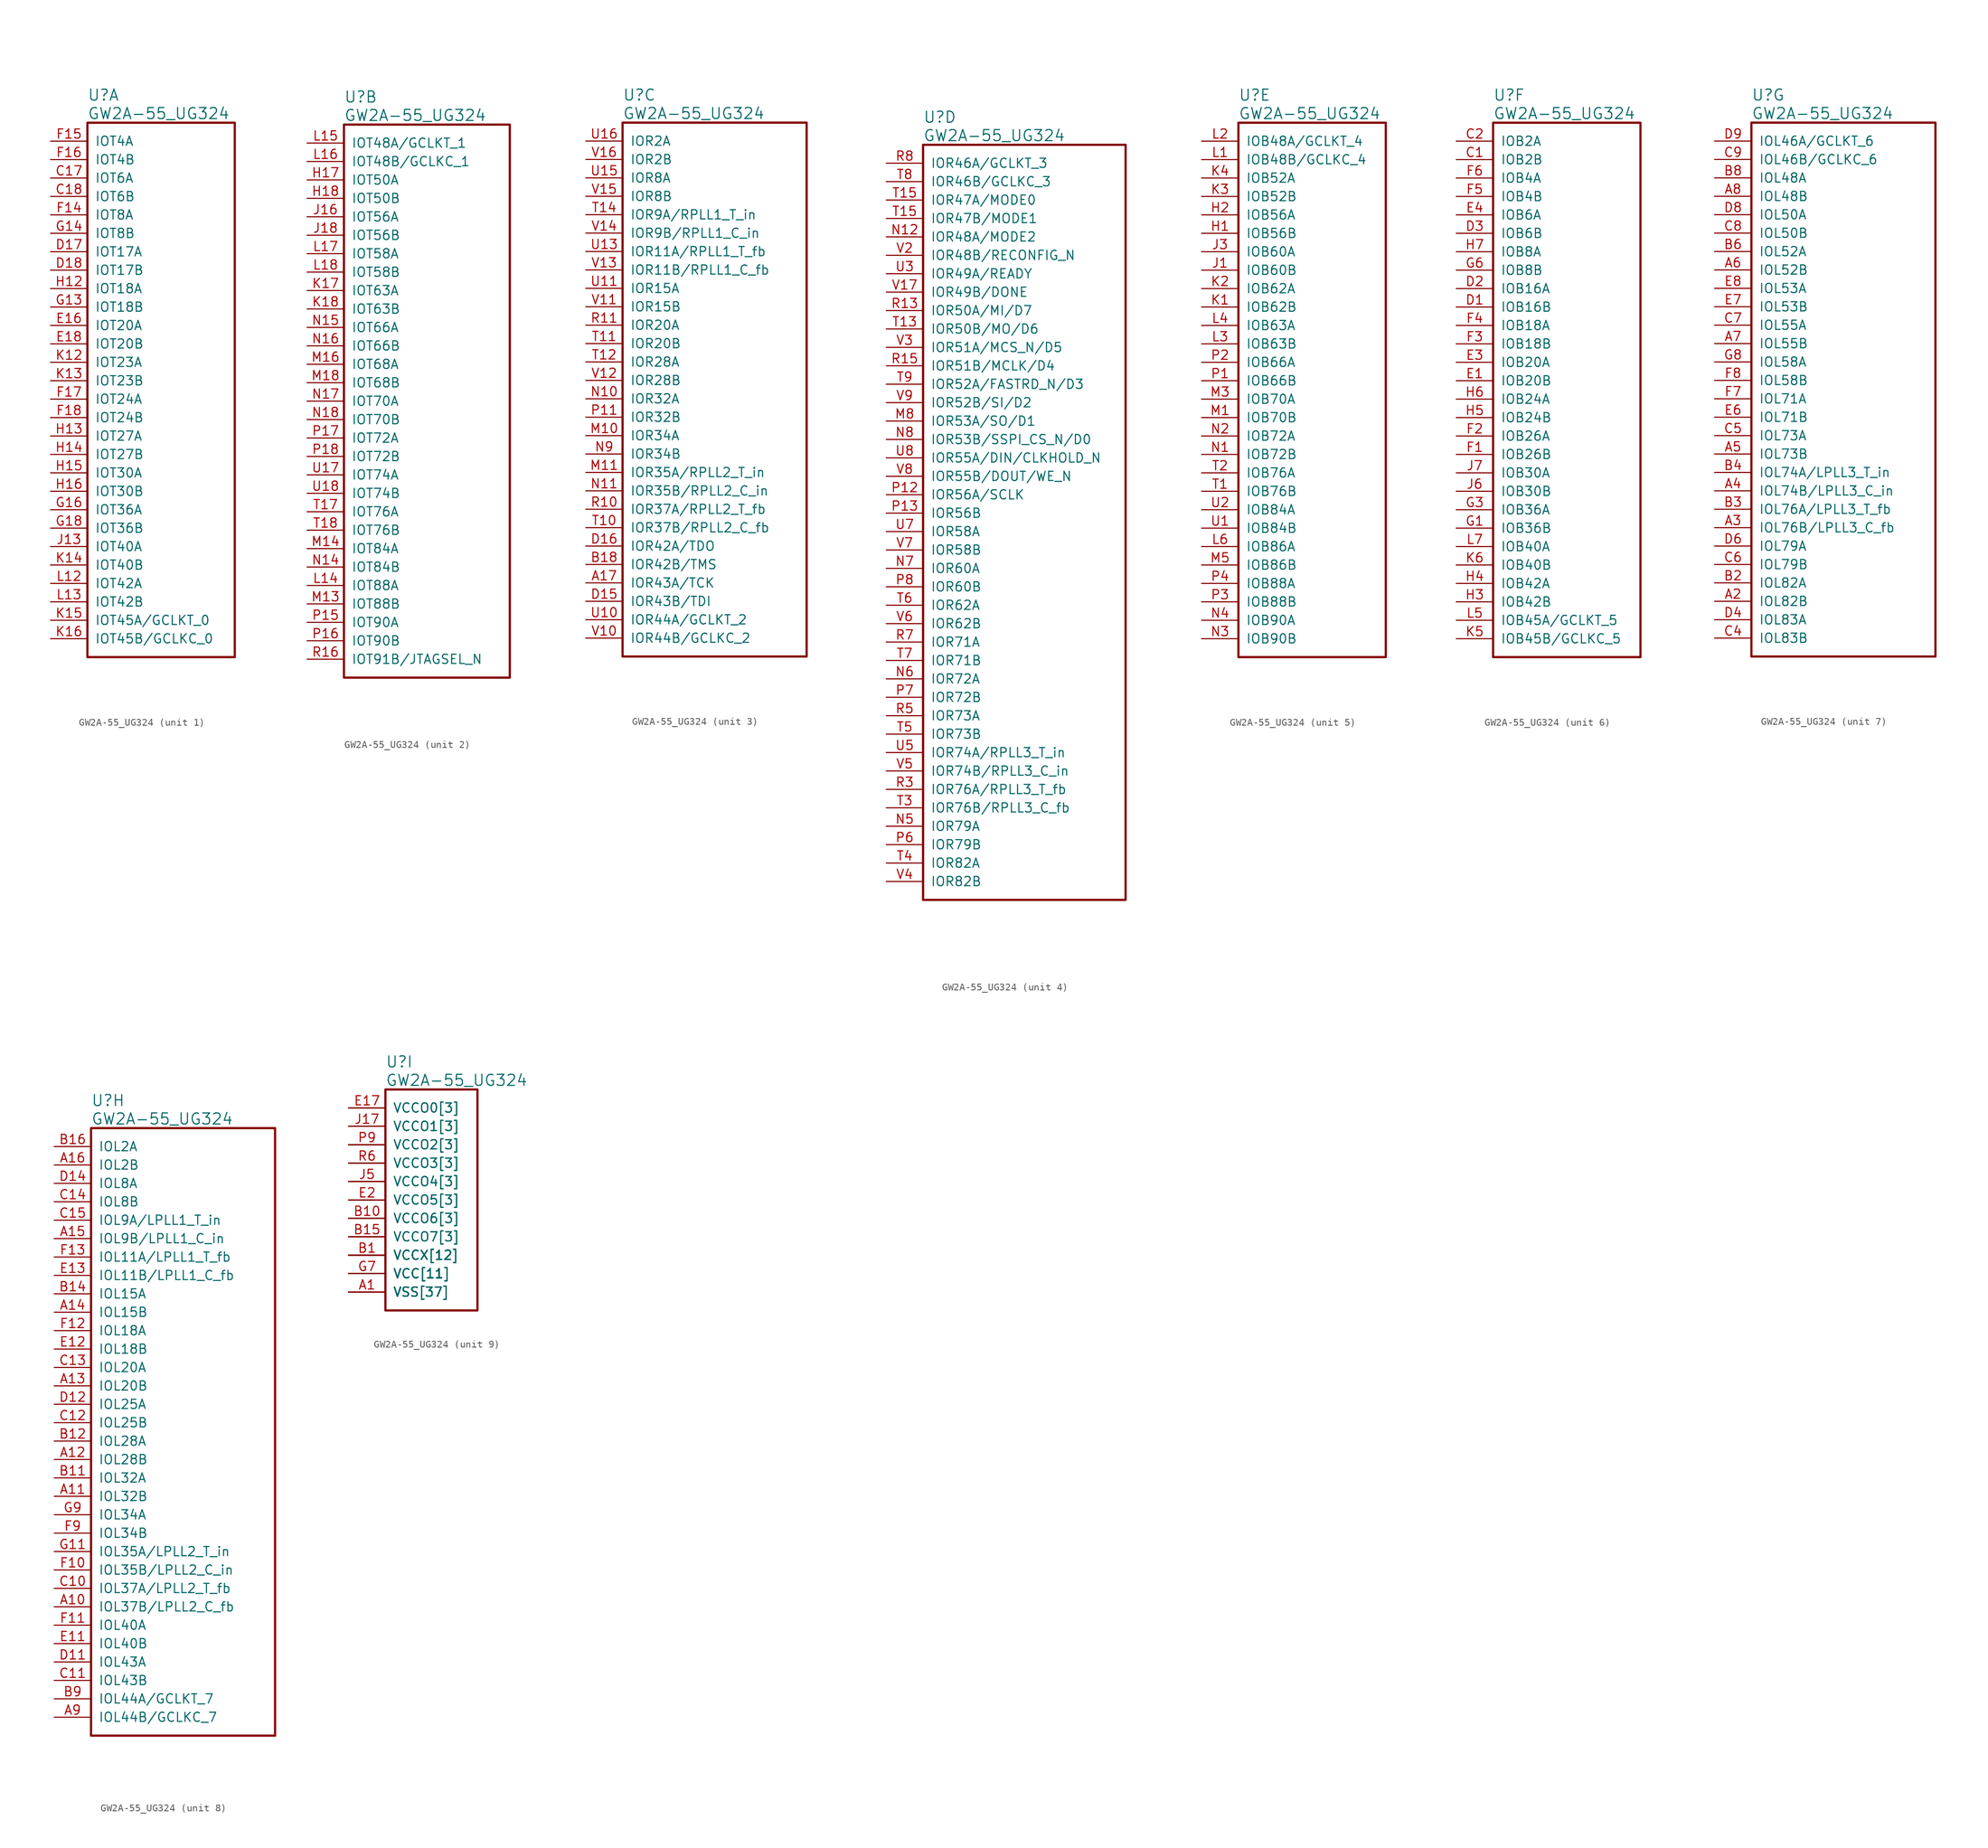
<source format=kicad_sym>
(kicad_symbol_lib
  (version 20241209)
  (generator "kicad_symbol_editor")
  (generator_version "9.0")
  (symbol "GW2A-55_UG324"
    (pin_names
      (offset 1.016))
    (property "Reference" "U"
      (at 5.08 6.35 0)
      (effects (font (size 1.524 1.524)) (justify left)))
    (property "Value" "GW2A-55_UG324"
      (at 5.08 3.81 0)
      (effects (font (size 1.524 1.524)) (justify left)))
    (property "ki_locked" ""
      (at 0 0 0)
      (effects (font (size 1.27 1.27))))
    (symbol "GW2A-55_UG324_1_1"
      (rectangle (start 5.08 2.54) (end 25.4 -71.12) (stroke (width 0.305) (type solid)) (fill (type none)))
      (pin bidirectional line (at 0 0 0) (length 5.08) (name "IOT4A" (effects (font (size 1.27 1.27)))) (number "F15" (effects (font (size 1.27 1.27)))))
      (pin bidirectional line (at 0 -2.54 0) (length 5.08) (name "IOT4B" (effects (font (size 1.27 1.27)))) (number "F16" (effects (font (size 1.27 1.27)))))
      (pin bidirectional line (at 0 -5.08 0) (length 5.08) (name "IOT6A" (effects (font (size 1.27 1.27)))) (number "C17" (effects (font (size 1.27 1.27)))))
      (pin bidirectional line (at 0 -7.62 0) (length 5.08) (name "IOT6B" (effects (font (size 1.27 1.27)))) (number "C18" (effects (font (size 1.27 1.27)))))
      (pin bidirectional line (at 0 -10.16 0) (length 5.08) (name "IOT8A" (effects (font (size 1.27 1.27)))) (number "F14" (effects (font (size 1.27 1.27)))))
      (pin bidirectional line (at 0 -12.7 0) (length 5.08) (name "IOT8B" (effects (font (size 1.27 1.27)))) (number "G14" (effects (font (size 1.27 1.27)))))
      (pin bidirectional line (at 0 -15.24 0) (length 5.08) (name "IOT17A" (effects (font (size 1.27 1.27)))) (number "D17" (effects (font (size 1.27 1.27)))))
      (pin bidirectional line (at 0 -17.78 0) (length 5.08) (name "IOT17B" (effects (font (size 1.27 1.27)))) (number "D18" (effects (font (size 1.27 1.27)))))
      (pin bidirectional line (at 0 -20.32 0) (length 5.08) (name "IOT18A" (effects (font (size 1.27 1.27)))) (number "H12" (effects (font (size 1.27 1.27)))))
      (pin bidirectional line (at 0 -22.86 0) (length 5.08) (name "IOT18B" (effects (font (size 1.27 1.27)))) (number "G13" (effects (font (size 1.27 1.27)))))
      (pin bidirectional line (at 0 -25.4 0) (length 5.08) (name "IOT20A" (effects (font (size 1.27 1.27)))) (number "E16" (effects (font (size 1.27 1.27)))))
      (pin bidirectional line (at 0 -27.94 0) (length 5.08) (name "IOT20B" (effects (font (size 1.27 1.27)))) (number "E18" (effects (font (size 1.27 1.27)))))
      (pin bidirectional line (at 0 -30.48 0) (length 5.08) (name "IOT23A" (effects (font (size 1.27 1.27)))) (number "K12" (effects (font (size 1.27 1.27)))))
      (pin bidirectional line (at 0 -33.02 0) (length 5.08) (name "IOT23B" (effects (font (size 1.27 1.27)))) (number "K13" (effects (font (size 1.27 1.27)))))
      (pin bidirectional line (at 0 -35.56 0) (length 5.08) (name "IOT24A" (effects (font (size 1.27 1.27)))) (number "F17" (effects (font (size 1.27 1.27)))))
      (pin bidirectional line (at 0 -38.1 0) (length 5.08) (name "IOT24B" (effects (font (size 1.27 1.27)))) (number "F18" (effects (font (size 1.27 1.27)))))
      (pin bidirectional line (at 0 -40.64 0) (length 5.08) (name "IOT27A" (effects (font (size 1.27 1.27)))) (number "H13" (effects (font (size 1.27 1.27)))))
      (pin bidirectional line (at 0 -43.18 0) (length 5.08) (name "IOT27B" (effects (font (size 1.27 1.27)))) (number "H14" (effects (font (size 1.27 1.27)))))
      (pin bidirectional line (at 0 -45.72 0) (length 5.08) (name "IOT30A" (effects (font (size 1.27 1.27)))) (number "H15" (effects (font (size 1.27 1.27)))))
      (pin bidirectional line (at 0 -48.26 0) (length 5.08) (name "IOT30B" (effects (font (size 1.27 1.27)))) (number "H16" (effects (font (size 1.27 1.27)))))
      (pin bidirectional line (at 0 -50.8 0) (length 5.08) (name "IOT36A" (effects (font (size 1.27 1.27)))) (number "G16" (effects (font (size 1.27 1.27)))))
      (pin bidirectional line (at 0 -53.34 0) (length 5.08) (name "IOT36B" (effects (font (size 1.27 1.27)))) (number "G18" (effects (font (size 1.27 1.27)))))
      (pin bidirectional line (at 0 -55.88 0) (length 5.08) (name "IOT40A" (effects (font (size 1.27 1.27)))) (number "J13" (effects (font (size 1.27 1.27)))))
      (pin bidirectional line (at 0 -58.42 0) (length 5.08) (name "IOT40B" (effects (font (size 1.27 1.27)))) (number "K14" (effects (font (size 1.27 1.27)))))
      (pin bidirectional line (at 0 -60.96 0) (length 5.08) (name "IOT42A" (effects (font (size 1.27 1.27)))) (number "L12" (effects (font (size 1.27 1.27)))))
      (pin bidirectional line (at 0 -63.5 0) (length 5.08) (name "IOT42B" (effects (font (size 1.27 1.27)))) (number "L13" (effects (font (size 1.27 1.27)))))
      (pin bidirectional line (at 0 -66.04 0) (length 5.08) (name "IOT45A/GCLKT_0" (effects (font (size 1.27 1.27)))) (number "K15" (effects (font (size 1.27 1.27)))))
      (pin bidirectional line (at 0 -68.58 0) (length 5.08) (name "IOT45B/GCLKC_0" (effects (font (size 1.27 1.27)))) (number "K16" (effects (font (size 1.27 1.27))))))
    (symbol "GW2A-55_UG324_2_1"
      (rectangle (start 5.08 2.54) (end 27.94 -73.66) (stroke (width 0.305) (type solid)) (fill (type none)))
      (pin bidirectional line (at 0 0 0) (length 5.08) (name "IOT48A/GCLKT_1" (effects (font (size 1.27 1.27)))) (number "L15" (effects (font (size 1.27 1.27)))))
      (pin bidirectional line (at 0 -2.54 0) (length 5.08) (name "IOT48B/GCLKC_1" (effects (font (size 1.27 1.27)))) (number "L16" (effects (font (size 1.27 1.27)))))
      (pin bidirectional line (at 0 -5.08 0) (length 5.08) (name "IOT50A" (effects (font (size 1.27 1.27)))) (number "H17" (effects (font (size 1.27 1.27)))))
      (pin bidirectional line (at 0 -7.62 0) (length 5.08) (name "IOT50B" (effects (font (size 1.27 1.27)))) (number "H18" (effects (font (size 1.27 1.27)))))
      (pin bidirectional line (at 0 -10.16 0) (length 5.08) (name "IOT56A" (effects (font (size 1.27 1.27)))) (number "J16" (effects (font (size 1.27 1.27)))))
      (pin bidirectional line (at 0 -12.7 0) (length 5.08) (name "IOT56B" (effects (font (size 1.27 1.27)))) (number "J18" (effects (font (size 1.27 1.27)))))
      (pin bidirectional line (at 0 -15.24 0) (length 5.08) (name "IOT58A" (effects (font (size 1.27 1.27)))) (number "L17" (effects (font (size 1.27 1.27)))))
      (pin bidirectional line (at 0 -17.78 0) (length 5.08) (name "IOT58B" (effects (font (size 1.27 1.27)))) (number "L18" (effects (font (size 1.27 1.27)))))
      (pin bidirectional line (at 0 -20.32 0) (length 5.08) (name "IOT63A" (effects (font (size 1.27 1.27)))) (number "K17" (effects (font (size 1.27 1.27)))))
      (pin bidirectional line (at 0 -22.86 0) (length 5.08) (name "IOT63B" (effects (font (size 1.27 1.27)))) (number "K18" (effects (font (size 1.27 1.27)))))
      (pin bidirectional line (at 0 -25.4 0) (length 5.08) (name "IOT66A" (effects (font (size 1.27 1.27)))) (number "N15" (effects (font (size 1.27 1.27)))))
      (pin bidirectional line (at 0 -27.94 0) (length 5.08) (name "IOT66B" (effects (font (size 1.27 1.27)))) (number "N16" (effects (font (size 1.27 1.27)))))
      (pin bidirectional line (at 0 -30.48 0) (length 5.08) (name "IOT68A" (effects (font (size 1.27 1.27)))) (number "M16" (effects (font (size 1.27 1.27)))))
      (pin bidirectional line (at 0 -33.02 0) (length 5.08) (name "IOT68B" (effects (font (size 1.27 1.27)))) (number "M18" (effects (font (size 1.27 1.27)))))
      (pin bidirectional line (at 0 -35.56 0) (length 5.08) (name "IOT70A" (effects (font (size 1.27 1.27)))) (number "N17" (effects (font (size 1.27 1.27)))))
      (pin bidirectional line (at 0 -38.1 0) (length 5.08) (name "IOT70B" (effects (font (size 1.27 1.27)))) (number "N18" (effects (font (size 1.27 1.27)))))
      (pin bidirectional line (at 0 -40.64 0) (length 5.08) (name "IOT72A" (effects (font (size 1.27 1.27)))) (number "P17" (effects (font (size 1.27 1.27)))))
      (pin bidirectional line (at 0 -43.18 0) (length 5.08) (name "IOT72B" (effects (font (size 1.27 1.27)))) (number "P18" (effects (font (size 1.27 1.27)))))
      (pin bidirectional line (at 0 -45.72 0) (length 5.08) (name "IOT74A" (effects (font (size 1.27 1.27)))) (number "U17" (effects (font (size 1.27 1.27)))))
      (pin bidirectional line (at 0 -48.26 0) (length 5.08) (name "IOT74B" (effects (font (size 1.27 1.27)))) (number "U18" (effects (font (size 1.27 1.27)))))
      (pin bidirectional line (at 0 -50.8 0) (length 5.08) (name "IOT76A" (effects (font (size 1.27 1.27)))) (number "T17" (effects (font (size 1.27 1.27)))))
      (pin bidirectional line (at 0 -53.34 0) (length 5.08) (name "IOT76B" (effects (font (size 1.27 1.27)))) (number "T18" (effects (font (size 1.27 1.27)))))
      (pin bidirectional line (at 0 -55.88 0) (length 5.08) (name "IOT84A" (effects (font (size 1.27 1.27)))) (number "M14" (effects (font (size 1.27 1.27)))))
      (pin bidirectional line (at 0 -58.42 0) (length 5.08) (name "IOT84B" (effects (font (size 1.27 1.27)))) (number "N14" (effects (font (size 1.27 1.27)))))
      (pin bidirectional line (at 0 -60.96 0) (length 5.08) (name "IOT88A" (effects (font (size 1.27 1.27)))) (number "L14" (effects (font (size 1.27 1.27)))))
      (pin bidirectional line (at 0 -63.5 0) (length 5.08) (name "IOT88B" (effects (font (size 1.27 1.27)))) (number "M13" (effects (font (size 1.27 1.27)))))
      (pin bidirectional line (at 0 -66.04 0) (length 5.08) (name "IOT90A" (effects (font (size 1.27 1.27)))) (number "P15" (effects (font (size 1.27 1.27)))))
      (pin bidirectional line (at 0 -68.58 0) (length 5.08) (name "IOT90B" (effects (font (size 1.27 1.27)))) (number "P16" (effects (font (size 1.27 1.27)))))
      (pin bidirectional line (at 0 -71.12 0) (length 5.08) (name "IOT91B/JTAGSEL_N" (effects (font (size 1.27 1.27)))) (number "R16" (effects (font (size 1.27 1.27))))))
    (symbol "GW2A-55_UG324_3_1"
      (rectangle (start 5.08 2.54) (end 30.48 -71.12) (stroke (width 0.305) (type solid)) (fill (type none)))
      (pin bidirectional line (at 0 0 0) (length 5.08) (name "IOR2A" (effects (font (size 1.27 1.27)))) (number "U16" (effects (font (size 1.27 1.27)))))
      (pin bidirectional line (at 0 -2.54 0) (length 5.08) (name "IOR2B" (effects (font (size 1.27 1.27)))) (number "V16" (effects (font (size 1.27 1.27)))))
      (pin bidirectional line (at 0 -5.08 0) (length 5.08) (name "IOR8A" (effects (font (size 1.27 1.27)))) (number "U15" (effects (font (size 1.27 1.27)))))
      (pin bidirectional line (at 0 -7.62 0) (length 5.08) (name "IOR8B" (effects (font (size 1.27 1.27)))) (number "V15" (effects (font (size 1.27 1.27)))))
      (pin bidirectional line (at 0 -10.16 0) (length 5.08) (name "IOR9A/RPLL1_T_in" (effects (font (size 1.27 1.27)))) (number "T14" (effects (font (size 1.27 1.27)))))
      (pin bidirectional line (at 0 -12.7 0) (length 5.08) (name "IOR9B/RPLL1_C_in" (effects (font (size 1.27 1.27)))) (number "V14" (effects (font (size 1.27 1.27)))))
      (pin bidirectional line (at 0 -15.24 0) (length 5.08) (name "IOR11A/RPLL1_T_fb" (effects (font (size 1.27 1.27)))) (number "U13" (effects (font (size 1.27 1.27)))))
      (pin bidirectional line (at 0 -17.78 0) (length 5.08) (name "IOR11B/RPLL1_C_fb" (effects (font (size 1.27 1.27)))) (number "V13" (effects (font (size 1.27 1.27)))))
      (pin bidirectional line (at 0 -20.32 0) (length 5.08) (name "IOR15A" (effects (font (size 1.27 1.27)))) (number "U11" (effects (font (size 1.27 1.27)))))
      (pin bidirectional line (at 0 -22.86 0) (length 5.08) (name "IOR15B" (effects (font (size 1.27 1.27)))) (number "V11" (effects (font (size 1.27 1.27)))))
      (pin bidirectional line (at 0 -25.4 0) (length 5.08) (name "IOR20A" (effects (font (size 1.27 1.27)))) (number "R11" (effects (font (size 1.27 1.27)))))
      (pin bidirectional line (at 0 -27.94 0) (length 5.08) (name "IOR20B" (effects (font (size 1.27 1.27)))) (number "T11" (effects (font (size 1.27 1.27)))))
      (pin bidirectional line (at 0 -30.48 0) (length 5.08) (name "IOR28A" (effects (font (size 1.27 1.27)))) (number "T12" (effects (font (size 1.27 1.27)))))
      (pin bidirectional line (at 0 -33.02 0) (length 5.08) (name "IOR28B" (effects (font (size 1.27 1.27)))) (number "V12" (effects (font (size 1.27 1.27)))))
      (pin bidirectional line (at 0 -35.56 0) (length 5.08) (name "IOR32A" (effects (font (size 1.27 1.27)))) (number "N10" (effects (font (size 1.27 1.27)))))
      (pin bidirectional line (at 0 -38.1 0) (length 5.08) (name "IOR32B" (effects (font (size 1.27 1.27)))) (number "P11" (effects (font (size 1.27 1.27)))))
      (pin bidirectional line (at 0 -40.64 0) (length 5.08) (name "IOR34A" (effects (font (size 1.27 1.27)))) (number "M10" (effects (font (size 1.27 1.27)))))
      (pin bidirectional line (at 0 -43.18 0) (length 5.08) (name "IOR34B" (effects (font (size 1.27 1.27)))) (number "N9" (effects (font (size 1.27 1.27)))))
      (pin bidirectional line (at 0 -45.72 0) (length 5.08) (name "IOR35A/RPLL2_T_in" (effects (font (size 1.27 1.27)))) (number "M11" (effects (font (size 1.27 1.27)))))
      (pin bidirectional line (at 0 -48.26 0) (length 5.08) (name "IOR35B/RPLL2_C_in" (effects (font (size 1.27 1.27)))) (number "N11" (effects (font (size 1.27 1.27)))))
      (pin bidirectional line (at 0 -50.8 0) (length 5.08) (name "IOR37A/RPLL2_T_fb" (effects (font (size 1.27 1.27)))) (number "R10" (effects (font (size 1.27 1.27)))))
      (pin bidirectional line (at 0 -53.34 0) (length 5.08) (name "IOR37B/RPLL2_C_fb" (effects (font (size 1.27 1.27)))) (number "T10" (effects (font (size 1.27 1.27)))))
      (pin bidirectional line (at 0 -55.88 0) (length 5.08) (name "IOR42A/TDO" (effects (font (size 1.27 1.27)))) (number "D16" (effects (font (size 1.27 1.27)))))
      (pin bidirectional line (at 0 -58.42 0) (length 5.08) (name "IOR42B/TMS" (effects (font (size 1.27 1.27)))) (number "B18" (effects (font (size 1.27 1.27)))))
      (pin bidirectional line (at 0 -60.96 0) (length 5.08) (name "IOR43A/TCK" (effects (font (size 1.27 1.27)))) (number "A17" (effects (font (size 1.27 1.27)))))
      (pin bidirectional line (at 0 -63.5 0) (length 5.08) (name "IOR43B/TDI" (effects (font (size 1.27 1.27)))) (number "D15" (effects (font (size 1.27 1.27)))))
      (pin bidirectional line (at 0 -66.04 0) (length 5.08) (name "IOR44A/GCLKT_2" (effects (font (size 1.27 1.27)))) (number "U10" (effects (font (size 1.27 1.27)))))
      (pin bidirectional line (at 0 -68.58 0) (length 5.08) (name "IOR44B/GCLKC_2" (effects (font (size 1.27 1.27)))) (number "V10" (effects (font (size 1.27 1.27))))))
    (symbol "GW2A-55_UG324_4_1"
      (rectangle (start 5.08 2.54) (end 33.02 -101.6) (stroke (width 0.305) (type solid)) (fill (type none)))
      (pin bidirectional line (at 0 0 0) (length 5.08) (name "IOR46A/GCLKT_3" (effects (font (size 1.27 1.27)))) (number "R8" (effects (font (size 1.27 1.27)))))
      (pin bidirectional line (at 0 -2.54 0) (length 5.08) (name "IOR46B/GCLKC_3" (effects (font (size 1.27 1.27)))) (number "T8" (effects (font (size 1.27 1.27)))))
      (pin bidirectional line (at 0 -5.08 0) (length 5.08) (name "IOR47A/MODE0" (effects (font (size 1.27 1.27)))) (number "T15" (effects (font (size 1.27 1.27)))))
      (pin bidirectional line (at 0 -7.62 0) (length 5.08) (name "IOR47B/MODE1" (effects (font (size 1.27 1.27)))) (number "T15" (effects (font (size 1.27 1.27)))))
      (pin bidirectional line (at 0 -10.16 0) (length 5.08) (name "IOR48A/MODE2" (effects (font (size 1.27 1.27)))) (number "N12" (effects (font (size 1.27 1.27)))))
      (pin bidirectional line (at 0 -12.7 0) (length 5.08) (name "IOR48B/RECONFIG_N" (effects (font (size 1.27 1.27)))) (number "V2" (effects (font (size 1.27 1.27)))))
      (pin bidirectional line (at 0 -15.24 0) (length 5.08) (name "IOR49A/READY" (effects (font (size 1.27 1.27)))) (number "U3" (effects (font (size 1.27 1.27)))))
      (pin bidirectional line (at 0 -17.78 0) (length 5.08) (name "IOR49B/DONE" (effects (font (size 1.27 1.27)))) (number "V17" (effects (font (size 1.27 1.27)))))
      (pin bidirectional line (at 0 -20.32 0) (length 5.08) (name "IOR50A/MI/D7" (effects (font (size 1.27 1.27)))) (number "R13" (effects (font (size 1.27 1.27)))))
      (pin bidirectional line (at 0 -22.86 0) (length 5.08) (name "IOR50B/MO/D6" (effects (font (size 1.27 1.27)))) (number "T13" (effects (font (size 1.27 1.27)))))
      (pin bidirectional line (at 0 -25.4 0) (length 5.08) (name "IOR51A/MCS_N/D5" (effects (font (size 1.27 1.27)))) (number "V3" (effects (font (size 1.27 1.27)))))
      (pin bidirectional line (at 0 -27.94 0) (length 5.08) (name "IOR51B/MCLK/D4" (effects (font (size 1.27 1.27)))) (number "R15" (effects (font (size 1.27 1.27)))))
      (pin bidirectional line (at 0 -30.48 0) (length 5.08) (name "IOR52A/FASTRD_N/D3" (effects (font (size 1.27 1.27)))) (number "T9" (effects (font (size 1.27 1.27)))))
      (pin bidirectional line (at 0 -33.02 0) (length 5.08) (name "IOR52B/SI/D2" (effects (font (size 1.27 1.27)))) (number "V9" (effects (font (size 1.27 1.27)))))
      (pin bidirectional line (at 0 -35.56 0) (length 5.08) (name "IOR53A/SO/D1" (effects (font (size 1.27 1.27)))) (number "M8" (effects (font (size 1.27 1.27)))))
      (pin bidirectional line (at 0 -38.1 0) (length 5.08) (name "IOR53B/SSPI_CS_N/D0" (effects (font (size 1.27 1.27)))) (number "N8" (effects (font (size 1.27 1.27)))))
      (pin bidirectional line (at 0 -40.64 0) (length 5.08) (name "IOR55A/DIN/CLKHOLD_N" (effects (font (size 1.27 1.27)))) (number "U8" (effects (font (size 1.27 1.27)))))
      (pin bidirectional line (at 0 -43.18 0) (length 5.08) (name "IOR55B/DOUT/WE_N" (effects (font (size 1.27 1.27)))) (number "V8" (effects (font (size 1.27 1.27)))))
      (pin bidirectional line (at 0 -45.72 0) (length 5.08) (name "IOR56A/SCLK" (effects (font (size 1.27 1.27)))) (number "P12" (effects (font (size 1.27 1.27)))))
      (pin bidirectional line (at 0 -48.26 0) (length 5.08) (name "IOR56B" (effects (font (size 1.27 1.27)))) (number "P13" (effects (font (size 1.27 1.27)))))
      (pin bidirectional line (at 0 -50.8 0) (length 5.08) (name "IOR58A" (effects (font (size 1.27 1.27)))) (number "U7" (effects (font (size 1.27 1.27)))))
      (pin bidirectional line (at 0 -53.34 0) (length 5.08) (name "IOR58B" (effects (font (size 1.27 1.27)))) (number "V7" (effects (font (size 1.27 1.27)))))
      (pin bidirectional line (at 0 -55.88 0) (length 5.08) (name "IOR60A" (effects (font (size 1.27 1.27)))) (number "N7" (effects (font (size 1.27 1.27)))))
      (pin bidirectional line (at 0 -58.42 0) (length 5.08) (name "IOR60B" (effects (font (size 1.27 1.27)))) (number "P8" (effects (font (size 1.27 1.27)))))
      (pin bidirectional line (at 0 -60.96 0) (length 5.08) (name "IOR62A" (effects (font (size 1.27 1.27)))) (number "T6" (effects (font (size 1.27 1.27)))))
      (pin bidirectional line (at 0 -63.5 0) (length 5.08) (name "IOR62B" (effects (font (size 1.27 1.27)))) (number "V6" (effects (font (size 1.27 1.27)))))
      (pin bidirectional line (at 0 -66.04 0) (length 5.08) (name "IOR71A" (effects (font (size 1.27 1.27)))) (number "R7" (effects (font (size 1.27 1.27)))))
      (pin bidirectional line (at 0 -68.58 0) (length 5.08) (name "IOR71B" (effects (font (size 1.27 1.27)))) (number "T7" (effects (font (size 1.27 1.27)))))
      (pin bidirectional line (at 0 -71.12 0) (length 5.08) (name "IOR72A" (effects (font (size 1.27 1.27)))) (number "N6" (effects (font (size 1.27 1.27)))))
      (pin bidirectional line (at 0 -73.66 0) (length 5.08) (name "IOR72B" (effects (font (size 1.27 1.27)))) (number "P7" (effects (font (size 1.27 1.27)))))
      (pin bidirectional line (at 0 -76.2 0) (length 5.08) (name "IOR73A" (effects (font (size 1.27 1.27)))) (number "R5" (effects (font (size 1.27 1.27)))))
      (pin bidirectional line (at 0 -78.74 0) (length 5.08) (name "IOR73B" (effects (font (size 1.27 1.27)))) (number "T5" (effects (font (size 1.27 1.27)))))
      (pin bidirectional line (at 0 -81.28 0) (length 5.08) (name "IOR74A/RPLL3_T_in" (effects (font (size 1.27 1.27)))) (number "U5" (effects (font (size 1.27 1.27)))))
      (pin bidirectional line (at 0 -83.82 0) (length 5.08) (name "IOR74B/RPLL3_C_in" (effects (font (size 1.27 1.27)))) (number "V5" (effects (font (size 1.27 1.27)))))
      (pin bidirectional line (at 0 -86.36 0) (length 5.08) (name "IOR76A/RPLL3_T_fb" (effects (font (size 1.27 1.27)))) (number "R3" (effects (font (size 1.27 1.27)))))
      (pin bidirectional line (at 0 -88.9 0) (length 5.08) (name "IOR76B/RPLL3_C_fb" (effects (font (size 1.27 1.27)))) (number "T3" (effects (font (size 1.27 1.27)))))
      (pin bidirectional line (at 0 -91.44 0) (length 5.08) (name "IOR79A" (effects (font (size 1.27 1.27)))) (number "N5" (effects (font (size 1.27 1.27)))))
      (pin bidirectional line (at 0 -93.98 0) (length 5.08) (name "IOR79B" (effects (font (size 1.27 1.27)))) (number "P6" (effects (font (size 1.27 1.27)))))
      (pin bidirectional line (at 0 -96.52 0) (length 5.08) (name "IOR82A" (effects (font (size 1.27 1.27)))) (number "T4" (effects (font (size 1.27 1.27)))))
      (pin bidirectional line (at 0 -99.06 0) (length 5.08) (name "IOR82B" (effects (font (size 1.27 1.27)))) (number "V4" (effects (font (size 1.27 1.27))))))
    (symbol "GW2A-55_UG324_5_1"
      (rectangle (start 5.08 2.54) (end 25.4 -71.12) (stroke (width 0.305) (type solid)) (fill (type none)))
      (pin bidirectional line (at 0 0 0) (length 5.08) (name "IOB48A/GCLKT_4" (effects (font (size 1.27 1.27)))) (number "L2" (effects (font (size 1.27 1.27)))))
      (pin bidirectional line (at 0 -2.54 0) (length 5.08) (name "IOB48B/GCLKC_4" (effects (font (size 1.27 1.27)))) (number "L1" (effects (font (size 1.27 1.27)))))
      (pin bidirectional line (at 0 -5.08 0) (length 5.08) (name "IOB52A" (effects (font (size 1.27 1.27)))) (number "K4" (effects (font (size 1.27 1.27)))))
      (pin bidirectional line (at 0 -7.62 0) (length 5.08) (name "IOB52B" (effects (font (size 1.27 1.27)))) (number "K3" (effects (font (size 1.27 1.27)))))
      (pin bidirectional line (at 0 -10.16 0) (length 5.08) (name "IOB56A" (effects (font (size 1.27 1.27)))) (number "H2" (effects (font (size 1.27 1.27)))))
      (pin bidirectional line (at 0 -12.7 0) (length 5.08) (name "IOB56B" (effects (font (size 1.27 1.27)))) (number "H1" (effects (font (size 1.27 1.27)))))
      (pin bidirectional line (at 0 -15.24 0) (length 5.08) (name "IOB60A" (effects (font (size 1.27 1.27)))) (number "J3" (effects (font (size 1.27 1.27)))))
      (pin bidirectional line (at 0 -17.78 0) (length 5.08) (name "IOB60B" (effects (font (size 1.27 1.27)))) (number "J1" (effects (font (size 1.27 1.27)))))
      (pin bidirectional line (at 0 -20.32 0) (length 5.08) (name "IOB62A" (effects (font (size 1.27 1.27)))) (number "K2" (effects (font (size 1.27 1.27)))))
      (pin bidirectional line (at 0 -22.86 0) (length 5.08) (name "IOB62B" (effects (font (size 1.27 1.27)))) (number "K1" (effects (font (size 1.27 1.27)))))
      (pin bidirectional line (at 0 -25.4 0) (length 5.08) (name "IOB63A" (effects (font (size 1.27 1.27)))) (number "L4" (effects (font (size 1.27 1.27)))))
      (pin bidirectional line (at 0 -27.94 0) (length 5.08) (name "IOB63B" (effects (font (size 1.27 1.27)))) (number "L3" (effects (font (size 1.27 1.27)))))
      (pin bidirectional line (at 0 -30.48 0) (length 5.08) (name "IOB66A" (effects (font (size 1.27 1.27)))) (number "P2" (effects (font (size 1.27 1.27)))))
      (pin bidirectional line (at 0 -33.02 0) (length 5.08) (name "IOB66B" (effects (font (size 1.27 1.27)))) (number "P1" (effects (font (size 1.27 1.27)))))
      (pin bidirectional line (at 0 -35.56 0) (length 5.08) (name "IOB70A" (effects (font (size 1.27 1.27)))) (number "M3" (effects (font (size 1.27 1.27)))))
      (pin bidirectional line (at 0 -38.1 0) (length 5.08) (name "IOB70B" (effects (font (size 1.27 1.27)))) (number "M1" (effects (font (size 1.27 1.27)))))
      (pin bidirectional line (at 0 -40.64 0) (length 5.08) (name "IOB72A" (effects (font (size 1.27 1.27)))) (number "N2" (effects (font (size 1.27 1.27)))))
      (pin bidirectional line (at 0 -43.18 0) (length 5.08) (name "IOB72B" (effects (font (size 1.27 1.27)))) (number "N1" (effects (font (size 1.27 1.27)))))
      (pin bidirectional line (at 0 -45.72 0) (length 5.08) (name "IOB76A" (effects (font (size 1.27 1.27)))) (number "T2" (effects (font (size 1.27 1.27)))))
      (pin bidirectional line (at 0 -48.26 0) (length 5.08) (name "IOB76B" (effects (font (size 1.27 1.27)))) (number "T1" (effects (font (size 1.27 1.27)))))
      (pin bidirectional line (at 0 -50.8 0) (length 5.08) (name "IOB84A" (effects (font (size 1.27 1.27)))) (number "U2" (effects (font (size 1.27 1.27)))))
      (pin bidirectional line (at 0 -53.34 0) (length 5.08) (name "IOB84B" (effects (font (size 1.27 1.27)))) (number "U1" (effects (font (size 1.27 1.27)))))
      (pin bidirectional line (at 0 -55.88 0) (length 5.08) (name "IOB86A" (effects (font (size 1.27 1.27)))) (number "L6" (effects (font (size 1.27 1.27)))))
      (pin bidirectional line (at 0 -58.42 0) (length 5.08) (name "IOB86B" (effects (font (size 1.27 1.27)))) (number "M5" (effects (font (size 1.27 1.27)))))
      (pin bidirectional line (at 0 -60.96 0) (length 5.08) (name "IOB88A" (effects (font (size 1.27 1.27)))) (number "P4" (effects (font (size 1.27 1.27)))))
      (pin bidirectional line (at 0 -63.5 0) (length 5.08) (name "IOB88B" (effects (font (size 1.27 1.27)))) (number "P3" (effects (font (size 1.27 1.27)))))
      (pin bidirectional line (at 0 -66.04 0) (length 5.08) (name "IOB90A" (effects (font (size 1.27 1.27)))) (number "N4" (effects (font (size 1.27 1.27)))))
      (pin bidirectional line (at 0 -68.58 0) (length 5.08) (name "IOB90B" (effects (font (size 1.27 1.27)))) (number "N3" (effects (font (size 1.27 1.27))))))
    (symbol "GW2A-55_UG324_6_1"
      (rectangle (start 5.08 2.54) (end 25.4 -71.12) (stroke (width 0.305) (type solid)) (fill (type none)))
      (pin bidirectional line (at 0 0 0) (length 5.08) (name "IOB2A" (effects (font (size 1.27 1.27)))) (number "C2" (effects (font (size 1.27 1.27)))))
      (pin bidirectional line (at 0 -2.54 0) (length 5.08) (name "IOB2B" (effects (font (size 1.27 1.27)))) (number "C1" (effects (font (size 1.27 1.27)))))
      (pin bidirectional line (at 0 -5.08 0) (length 5.08) (name "IOB4A" (effects (font (size 1.27 1.27)))) (number "F6" (effects (font (size 1.27 1.27)))))
      (pin bidirectional line (at 0 -7.62 0) (length 5.08) (name "IOB4B" (effects (font (size 1.27 1.27)))) (number "F5" (effects (font (size 1.27 1.27)))))
      (pin bidirectional line (at 0 -10.16 0) (length 5.08) (name "IOB6A" (effects (font (size 1.27 1.27)))) (number "E4" (effects (font (size 1.27 1.27)))))
      (pin bidirectional line (at 0 -12.7 0) (length 5.08) (name "IOB6B" (effects (font (size 1.27 1.27)))) (number "D3" (effects (font (size 1.27 1.27)))))
      (pin bidirectional line (at 0 -15.24 0) (length 5.08) (name "IOB8A" (effects (font (size 1.27 1.27)))) (number "H7" (effects (font (size 1.27 1.27)))))
      (pin bidirectional line (at 0 -17.78 0) (length 5.08) (name "IOB8B" (effects (font (size 1.27 1.27)))) (number "G6" (effects (font (size 1.27 1.27)))))
      (pin bidirectional line (at 0 -20.32 0) (length 5.08) (name "IOB16A" (effects (font (size 1.27 1.27)))) (number "D2" (effects (font (size 1.27 1.27)))))
      (pin bidirectional line (at 0 -22.86 0) (length 5.08) (name "IOB16B" (effects (font (size 1.27 1.27)))) (number "D1" (effects (font (size 1.27 1.27)))))
      (pin bidirectional line (at 0 -25.4 0) (length 5.08) (name "IOB18A" (effects (font (size 1.27 1.27)))) (number "F4" (effects (font (size 1.27 1.27)))))
      (pin bidirectional line (at 0 -27.94 0) (length 5.08) (name "IOB18B" (effects (font (size 1.27 1.27)))) (number "F3" (effects (font (size 1.27 1.27)))))
      (pin bidirectional line (at 0 -30.48 0) (length 5.08) (name "IOB20A" (effects (font (size 1.27 1.27)))) (number "E3" (effects (font (size 1.27 1.27)))))
      (pin bidirectional line (at 0 -33.02 0) (length 5.08) (name "IOB20B" (effects (font (size 1.27 1.27)))) (number "E1" (effects (font (size 1.27 1.27)))))
      (pin bidirectional line (at 0 -35.56 0) (length 5.08) (name "IOB24A" (effects (font (size 1.27 1.27)))) (number "H6" (effects (font (size 1.27 1.27)))))
      (pin bidirectional line (at 0 -38.1 0) (length 5.08) (name "IOB24B" (effects (font (size 1.27 1.27)))) (number "H5" (effects (font (size 1.27 1.27)))))
      (pin bidirectional line (at 0 -40.64 0) (length 5.08) (name "IOB26A" (effects (font (size 1.27 1.27)))) (number "F2" (effects (font (size 1.27 1.27)))))
      (pin bidirectional line (at 0 -43.18 0) (length 5.08) (name "IOB26B" (effects (font (size 1.27 1.27)))) (number "F1" (effects (font (size 1.27 1.27)))))
      (pin bidirectional line (at 0 -45.72 0) (length 5.08) (name "IOB30A" (effects (font (size 1.27 1.27)))) (number "J7" (effects (font (size 1.27 1.27)))))
      (pin bidirectional line (at 0 -48.26 0) (length 5.08) (name "IOB30B" (effects (font (size 1.27 1.27)))) (number "J6" (effects (font (size 1.27 1.27)))))
      (pin bidirectional line (at 0 -50.8 0) (length 5.08) (name "IOB36A" (effects (font (size 1.27 1.27)))) (number "G3" (effects (font (size 1.27 1.27)))))
      (pin bidirectional line (at 0 -53.34 0) (length 5.08) (name "IOB36B" (effects (font (size 1.27 1.27)))) (number "G1" (effects (font (size 1.27 1.27)))))
      (pin bidirectional line (at 0 -55.88 0) (length 5.08) (name "IOB40A" (effects (font (size 1.27 1.27)))) (number "L7" (effects (font (size 1.27 1.27)))))
      (pin bidirectional line (at 0 -58.42 0) (length 5.08) (name "IOB40B" (effects (font (size 1.27 1.27)))) (number "K6" (effects (font (size 1.27 1.27)))))
      (pin bidirectional line (at 0 -60.96 0) (length 5.08) (name "IOB42A" (effects (font (size 1.27 1.27)))) (number "H4" (effects (font (size 1.27 1.27)))))
      (pin bidirectional line (at 0 -63.5 0) (length 5.08) (name "IOB42B" (effects (font (size 1.27 1.27)))) (number "H3" (effects (font (size 1.27 1.27)))))
      (pin bidirectional line (at 0 -66.04 0) (length 5.08) (name "IOB45A/GCLKT_5" (effects (font (size 1.27 1.27)))) (number "L5" (effects (font (size 1.27 1.27)))))
      (pin bidirectional line (at 0 -68.58 0) (length 5.08) (name "IOB45B/GCLKC_5" (effects (font (size 1.27 1.27)))) (number "K5" (effects (font (size 1.27 1.27))))))
    (symbol "GW2A-55_UG324_7_1"
      (rectangle (start 5.08 2.54) (end 30.48 -71.12) (stroke (width 0.305) (type solid)) (fill (type none)))
      (pin bidirectional line (at 0 0 0) (length 5.08) (name "IOL46A/GCLKT_6" (effects (font (size 1.27 1.27)))) (number "D9" (effects (font (size 1.27 1.27)))))
      (pin bidirectional line (at 0 -2.54 0) (length 5.08) (name "IOL46B/GCLKC_6" (effects (font (size 1.27 1.27)))) (number "C9" (effects (font (size 1.27 1.27)))))
      (pin bidirectional line (at 0 -5.08 0) (length 5.08) (name "IOL48A" (effects (font (size 1.27 1.27)))) (number "B8" (effects (font (size 1.27 1.27)))))
      (pin bidirectional line (at 0 -7.62 0) (length 5.08) (name "IOL48B" (effects (font (size 1.27 1.27)))) (number "A8" (effects (font (size 1.27 1.27)))))
      (pin bidirectional line (at 0 -10.16 0) (length 5.08) (name "IOL50A" (effects (font (size 1.27 1.27)))) (number "D8" (effects (font (size 1.27 1.27)))))
      (pin bidirectional line (at 0 -12.7 0) (length 5.08) (name "IOL50B" (effects (font (size 1.27 1.27)))) (number "C8" (effects (font (size 1.27 1.27)))))
      (pin bidirectional line (at 0 -15.24 0) (length 5.08) (name "IOL52A" (effects (font (size 1.27 1.27)))) (number "B6" (effects (font (size 1.27 1.27)))))
      (pin bidirectional line (at 0 -17.78 0) (length 5.08) (name "IOL52B" (effects (font (size 1.27 1.27)))) (number "A6" (effects (font (size 1.27 1.27)))))
      (pin bidirectional line (at 0 -20.32 0) (length 5.08) (name "IOL53A" (effects (font (size 1.27 1.27)))) (number "E8" (effects (font (size 1.27 1.27)))))
      (pin bidirectional line (at 0 -22.86 0) (length 5.08) (name "IOL53B" (effects (font (size 1.27 1.27)))) (number "E7" (effects (font (size 1.27 1.27)))))
      (pin bidirectional line (at 0 -25.4 0) (length 5.08) (name "IOL55A" (effects (font (size 1.27 1.27)))) (number "C7" (effects (font (size 1.27 1.27)))))
      (pin bidirectional line (at 0 -27.94 0) (length 5.08) (name "IOL55B" (effects (font (size 1.27 1.27)))) (number "A7" (effects (font (size 1.27 1.27)))))
      (pin bidirectional line (at 0 -30.48 0) (length 5.08) (name "IOL58A" (effects (font (size 1.27 1.27)))) (number "G8" (effects (font (size 1.27 1.27)))))
      (pin bidirectional line (at 0 -33.02 0) (length 5.08) (name "IOL58B" (effects (font (size 1.27 1.27)))) (number "F8" (effects (font (size 1.27 1.27)))))
      (pin bidirectional line (at 0 -35.56 0) (length 5.08) (name "IOL71A" (effects (font (size 1.27 1.27)))) (number "F7" (effects (font (size 1.27 1.27)))))
      (pin bidirectional line (at 0 -38.1 0) (length 5.08) (name "IOL71B" (effects (font (size 1.27 1.27)))) (number "E6" (effects (font (size 1.27 1.27)))))
      (pin bidirectional line (at 0 -40.64 0) (length 5.08) (name "IOL73A" (effects (font (size 1.27 1.27)))) (number "C5" (effects (font (size 1.27 1.27)))))
      (pin bidirectional line (at 0 -43.18 0) (length 5.08) (name "IOL73B" (effects (font (size 1.27 1.27)))) (number "A5" (effects (font (size 1.27 1.27)))))
      (pin bidirectional line (at 0 -45.72 0) (length 5.08) (name "IOL74A/LPLL3_T_in" (effects (font (size 1.27 1.27)))) (number "B4" (effects (font (size 1.27 1.27)))))
      (pin bidirectional line (at 0 -48.26 0) (length 5.08) (name "IOL74B/LPLL3_C_in" (effects (font (size 1.27 1.27)))) (number "A4" (effects (font (size 1.27 1.27)))))
      (pin bidirectional line (at 0 -50.8 0) (length 5.08) (name "IOL76A/LPLL3_T_fb" (effects (font (size 1.27 1.27)))) (number "B3" (effects (font (size 1.27 1.27)))))
      (pin bidirectional line (at 0 -53.34 0) (length 5.08) (name "IOL76B/LPLL3_C_fb" (effects (font (size 1.27 1.27)))) (number "A3" (effects (font (size 1.27 1.27)))))
      (pin bidirectional line (at 0 -55.88 0) (length 5.08) (name "IOL79A" (effects (font (size 1.27 1.27)))) (number "D6" (effects (font (size 1.27 1.27)))))
      (pin bidirectional line (at 0 -58.42 0) (length 5.08) (name "IOL79B" (effects (font (size 1.27 1.27)))) (number "C6" (effects (font (size 1.27 1.27)))))
      (pin bidirectional line (at 0 -60.96 0) (length 5.08) (name "IOL82A" (effects (font (size 1.27 1.27)))) (number "B2" (effects (font (size 1.27 1.27)))))
      (pin bidirectional line (at 0 -63.5 0) (length 5.08) (name "IOL82B" (effects (font (size 1.27 1.27)))) (number "A2" (effects (font (size 1.27 1.27)))))
      (pin bidirectional line (at 0 -66.04 0) (length 5.08) (name "IOL83A" (effects (font (size 1.27 1.27)))) (number "D4" (effects (font (size 1.27 1.27)))))
      (pin bidirectional line (at 0 -68.58 0) (length 5.08) (name "IOL83B" (effects (font (size 1.27 1.27)))) (number "C4" (effects (font (size 1.27 1.27))))))
    (symbol "GW2A-55_UG324_8_1"
      (rectangle (start 5.08 2.54) (end 30.48 -81.28) (stroke (width 0.305) (type solid)) (fill (type none)))
      (pin bidirectional line (at 0 0 0) (length 5.08) (name "IOL2A" (effects (font (size 1.27 1.27)))) (number "B16" (effects (font (size 1.27 1.27)))))
      (pin bidirectional line (at 0 -2.54 0) (length 5.08) (name "IOL2B" (effects (font (size 1.27 1.27)))) (number "A16" (effects (font (size 1.27 1.27)))))
      (pin bidirectional line (at 0 -5.08 0) (length 5.08) (name "IOL8A" (effects (font (size 1.27 1.27)))) (number "D14" (effects (font (size 1.27 1.27)))))
      (pin bidirectional line (at 0 -7.62 0) (length 5.08) (name "IOL8B" (effects (font (size 1.27 1.27)))) (number "C14" (effects (font (size 1.27 1.27)))))
      (pin bidirectional line (at 0 -10.16 0) (length 5.08) (name "IOL9A/LPLL1_T_in" (effects (font (size 1.27 1.27)))) (number "C15" (effects (font (size 1.27 1.27)))))
      (pin bidirectional line (at 0 -12.7 0) (length 5.08) (name "IOL9B/LPLL1_C_in" (effects (font (size 1.27 1.27)))) (number "A15" (effects (font (size 1.27 1.27)))))
      (pin bidirectional line (at 0 -15.24 0) (length 5.08) (name "IOL11A/LPLL1_T_fb" (effects (font (size 1.27 1.27)))) (number "F13" (effects (font (size 1.27 1.27)))))
      (pin bidirectional line (at 0 -17.78 0) (length 5.08) (name "IOL11B/LPLL1_C_fb" (effects (font (size 1.27 1.27)))) (number "E13" (effects (font (size 1.27 1.27)))))
      (pin bidirectional line (at 0 -20.32 0) (length 5.08) (name "IOL15A" (effects (font (size 1.27 1.27)))) (number "B14" (effects (font (size 1.27 1.27)))))
      (pin bidirectional line (at 0 -22.86 0) (length 5.08) (name "IOL15B" (effects (font (size 1.27 1.27)))) (number "A14" (effects (font (size 1.27 1.27)))))
      (pin bidirectional line (at 0 -25.4 0) (length 5.08) (name "IOL18A" (effects (font (size 1.27 1.27)))) (number "F12" (effects (font (size 1.27 1.27)))))
      (pin bidirectional line (at 0 -27.94 0) (length 5.08) (name "IOL18B" (effects (font (size 1.27 1.27)))) (number "E12" (effects (font (size 1.27 1.27)))))
      (pin bidirectional line (at 0 -30.48 0) (length 5.08) (name "IOL20A" (effects (font (size 1.27 1.27)))) (number "C13" (effects (font (size 1.27 1.27)))))
      (pin bidirectional line (at 0 -33.02 0) (length 5.08) (name "IOL20B" (effects (font (size 1.27 1.27)))) (number "A13" (effects (font (size 1.27 1.27)))))
      (pin bidirectional line (at 0 -35.56 0) (length 5.08) (name "IOL25A" (effects (font (size 1.27 1.27)))) (number "D12" (effects (font (size 1.27 1.27)))))
      (pin bidirectional line (at 0 -38.1 0) (length 5.08) (name "IOL25B" (effects (font (size 1.27 1.27)))) (number "C12" (effects (font (size 1.27 1.27)))))
      (pin bidirectional line (at 0 -40.64 0) (length 5.08) (name "IOL28A" (effects (font (size 1.27 1.27)))) (number "B12" (effects (font (size 1.27 1.27)))))
      (pin bidirectional line (at 0 -43.18 0) (length 5.08) (name "IOL28B" (effects (font (size 1.27 1.27)))) (number "A12" (effects (font (size 1.27 1.27)))))
      (pin bidirectional line (at 0 -45.72 0) (length 5.08) (name "IOL32A" (effects (font (size 1.27 1.27)))) (number "B11" (effects (font (size 1.27 1.27)))))
      (pin bidirectional line (at 0 -48.26 0) (length 5.08) (name "IOL32B" (effects (font (size 1.27 1.27)))) (number "A11" (effects (font (size 1.27 1.27)))))
      (pin bidirectional line (at 0 -50.8 0) (length 5.08) (name "IOL34A" (effects (font (size 1.27 1.27)))) (number "G9" (effects (font (size 1.27 1.27)))))
      (pin bidirectional line (at 0 -53.34 0) (length 5.08) (name "IOL34B" (effects (font (size 1.27 1.27)))) (number "F9" (effects (font (size 1.27 1.27)))))
      (pin bidirectional line (at 0 -55.88 0) (length 5.08) (name "IOL35A/LPLL2_T_in" (effects (font (size 1.27 1.27)))) (number "G11" (effects (font (size 1.27 1.27)))))
      (pin bidirectional line (at 0 -58.42 0) (length 5.08) (name "IOL35B/LPLL2_C_in" (effects (font (size 1.27 1.27)))) (number "F10" (effects (font (size 1.27 1.27)))))
      (pin bidirectional line (at 0 -60.96 0) (length 5.08) (name "IOL37A/LPLL2_T_fb" (effects (font (size 1.27 1.27)))) (number "C10" (effects (font (size 1.27 1.27)))))
      (pin bidirectional line (at 0 -63.5 0) (length 5.08) (name "IOL37B/LPLL2_C_fb" (effects (font (size 1.27 1.27)))) (number "A10" (effects (font (size 1.27 1.27)))))
      (pin bidirectional line (at 0 -66.04 0) (length 5.08) (name "IOL40A" (effects (font (size 1.27 1.27)))) (number "F11" (effects (font (size 1.27 1.27)))))
      (pin bidirectional line (at 0 -68.58 0) (length 5.08) (name "IOL40B" (effects (font (size 1.27 1.27)))) (number "E11" (effects (font (size 1.27 1.27)))))
      (pin bidirectional line (at 0 -71.12 0) (length 5.08) (name "IOL43A" (effects (font (size 1.27 1.27)))) (number "D11" (effects (font (size 1.27 1.27)))))
      (pin bidirectional line (at 0 -73.66 0) (length 5.08) (name "IOL43B" (effects (font (size 1.27 1.27)))) (number "C11" (effects (font (size 1.27 1.27)))))
      (pin bidirectional line (at 0 -76.2 0) (length 5.08) (name "IOL44A/GCLKT_7" (effects (font (size 1.27 1.27)))) (number "B9" (effects (font (size 1.27 1.27)))))
      (pin bidirectional line (at 0 -78.74 0) (length 5.08) (name "IOL44B/GCLKC_7" (effects (font (size 1.27 1.27)))) (number "A9" (effects (font (size 1.27 1.27))))))
    (symbol "GW2A-55_UG324_9_1"
      (rectangle (start 5.08 2.54) (end 17.78 -27.94) (stroke (width 0.305) (type solid)) (fill (type none)))
      (pin power_in line (at 0 0 0) (length 5.08) (name "VCCO0[3]" (effects (font (size 1.27 1.27)))) (number "E17" (effects (font (size 1.27 1.27)))))
      (pin power_in line (at 0 0 0) (length 5.08) (name "VCCO0[3]" (effects (font (size 1.27 1.27)))) (number "G15" (effects (font (size 0 0)))))
      (pin power_in line (at 0 0 0) (length 5.08) (name "VCCO0[3]" (effects (font (size 1.27 1.27)))) (number "J14" (effects (font (size 0 0)))))
      (pin power_in line (at 0 -2.54 0) (length 5.08) (name "VCCO1[3]" (effects (font (size 1.27 1.27)))) (number "J17" (effects (font (size 1.27 1.27)))))
      (pin power_in line (at 0 -2.54 0) (length 5.08) (name "VCCO1[3]" (effects (font (size 1.27 1.27)))) (number "M15" (effects (font (size 0 0)))))
      (pin power_in line (at 0 -2.54 0) (length 5.08) (name "VCCO1[3]" (effects (font (size 1.27 1.27)))) (number "R17" (effects (font (size 0 0)))))
      (pin power_in line (at 0 -5.08 0) (length 5.08) (name "VCCO2[3]" (effects (font (size 1.27 1.27)))) (number "P9" (effects (font (size 1.27 1.27)))))
      (pin power_in line (at 0 -5.08 0) (length 5.08) (name "VCCO2[3]" (effects (font (size 1.27 1.27)))) (number "R12" (effects (font (size 0 0)))))
      (pin power_in line (at 0 -5.08 0) (length 5.08) (name "VCCO2[3]" (effects (font (size 1.27 1.27)))) (number "U14" (effects (font (size 0 0)))))
      (pin power_in line (at 0 -7.62 0) (length 5.08) (name "VCCO3[3]" (effects (font (size 1.27 1.27)))) (number "R6" (effects (font (size 1.27 1.27)))))
      (pin power_in line (at 0 -7.62 0) (length 5.08) (name "VCCO3[3]" (effects (font (size 1.27 1.27)))) (number "U4" (effects (font (size 0 0)))))
      (pin power_in line (at 0 -7.62 0) (length 5.08) (name "VCCO3[3]" (effects (font (size 1.27 1.27)))) (number "U9" (effects (font (size 0 0)))))
      (pin power_in line (at 0 -10.16 0) (length 5.08) (name "VCCO4[3]" (effects (font (size 1.27 1.27)))) (number "J5" (effects (font (size 1.27 1.27)))))
      (pin power_in line (at 0 -10.16 0) (length 5.08) (name "VCCO4[3]" (effects (font (size 1.27 1.27)))) (number "M4" (effects (font (size 0 0)))))
      (pin power_in line (at 0 -10.16 0) (length 5.08) (name "VCCO4[3]" (effects (font (size 1.27 1.27)))) (number "R2" (effects (font (size 0 0)))))
      (pin power_in line (at 0 -12.7 0) (length 5.08) (name "VCCO5[3]" (effects (font (size 1.27 1.27)))) (number "E2" (effects (font (size 1.27 1.27)))))
      (pin power_in line (at 0 -12.7 0) (length 5.08) (name "VCCO5[3]" (effects (font (size 1.27 1.27)))) (number "G4" (effects (font (size 0 0)))))
      (pin power_in line (at 0 -12.7 0) (length 5.08) (name "VCCO5[3]" (effects (font (size 1.27 1.27)))) (number "J2" (effects (font (size 0 0)))))
      (pin power_in line (at 0 -15.24 0) (length 5.08) (name "VCCO6[3]" (effects (font (size 1.27 1.27)))) (number "B10" (effects (font (size 1.27 1.27)))))
      (pin power_in line (at 0 -15.24 0) (length 5.08) (name "VCCO6[3]" (effects (font (size 1.27 1.27)))) (number "B5" (effects (font (size 0 0)))))
      (pin power_in line (at 0 -15.24 0) (length 5.08) (name "VCCO6[3]" (effects (font (size 1.27 1.27)))) (number "D7" (effects (font (size 0 0)))))
      (pin power_in line (at 0 -17.78 0) (length 5.08) (name "VCCO7[3]" (effects (font (size 1.27 1.27)))) (number "B15" (effects (font (size 1.27 1.27)))))
      (pin power_in line (at 0 -17.78 0) (length 5.08) (name "VCCO7[3]" (effects (font (size 1.27 1.27)))) (number "D13" (effects (font (size 0 0)))))
      (pin power_in line (at 0 -17.78 0) (length 5.08) (name "VCCO7[3]" (effects (font (size 1.27 1.27)))) (number "E10" (effects (font (size 0 0)))))
      (pin power_in line (at 0 -20.32 0) (length 5.08) (name "VCCX[12]" (effects (font (size 1.27 1.27)))) (number "B1" (effects (font (size 1.27 1.27)))))
      (pin power_in line (at 0 -20.32 0) (length 5.08) (name "VCCX[12]" (effects (font (size 1.27 1.27)))) (number "B17" (effects (font (size 0 0)))))
      (pin power_in line (at 0 -20.32 0) (length 5.08) (name "VCCX[12]" (effects (font (size 1.27 1.27)))) (number "E14" (effects (font (size 0 0)))))
      (pin power_in line (at 0 -20.32 0) (length 5.08) (name "VCCX[12]" (effects (font (size 1.27 1.27)))) (number "E5" (effects (font (size 0 0)))))
      (pin power_in line (at 0 -20.32 0) (length 5.08) (name "VCCX[12]" (effects (font (size 1.27 1.27)))) (number "E9" (effects (font (size 0 0)))))
      (pin power_in line (at 0 -20.32 0) (length 5.08) (name "VCCX[12]" (effects (font (size 1.27 1.27)))) (number "G10" (effects (font (size 0 0)))))
      (pin power_in line (at 0 -20.32 0) (length 5.08) (name "VCCX[12]" (effects (font (size 1.27 1.27)))) (number "J12" (effects (font (size 0 0)))))
      (pin power_in line (at 0 -20.32 0) (length 5.08) (name "VCCX[12]" (effects (font (size 1.27 1.27)))) (number "K7" (effects (font (size 0 0)))))
      (pin power_in line (at 0 -20.32 0) (length 5.08) (name "VCCX[12]" (effects (font (size 1.27 1.27)))) (number "M9" (effects (font (size 0 0)))))
      (pin power_in line (at 0 -20.32 0) (length 5.08) (name "VCCX[12]" (effects (font (size 1.27 1.27)))) (number "P10" (effects (font (size 0 0)))))
      (pin power_in line (at 0 -20.32 0) (length 5.08) (name "VCCX[12]" (effects (font (size 1.27 1.27)))) (number "P14" (effects (font (size 0 0)))))
      (pin power_in line (at 0 -20.32 0) (length 5.08) (name "VCCX[12]" (effects (font (size 1.27 1.27)))) (number "P5" (effects (font (size 0 0)))))
      (pin power_in line (at 0 -22.86 0) (length 5.08) (name "VCC[11]" (effects (font (size 1.27 1.27)))) (number "G7" (effects (font (size 1.27 1.27)))))
      (pin power_in line (at 0 -22.86 0) (length 5.08) (name "VCC[11]" (effects (font (size 1.27 1.27)))) (number "H11" (effects (font (size 0 0)))))
      (pin power_in line (at 0 -22.86 0) (length 5.08) (name "VCC[11]" (effects (font (size 1.27 1.27)))) (number "H9" (effects (font (size 0 0)))))
      (pin power_in line (at 0 -22.86 0) (length 5.08) (name "VCC[11]" (effects (font (size 1.27 1.27)))) (number "J10" (effects (font (size 0 0)))))
      (pin power_in line (at 0 -22.86 0) (length 5.08) (name "VCC[11]" (effects (font (size 1.27 1.27)))) (number "J8" (effects (font (size 0 0)))))
      (pin power_in line (at 0 -22.86 0) (length 5.08) (name "VCC[11]" (effects (font (size 1.27 1.27)))) (number "K11" (effects (font (size 0 0)))))
      (pin power_in line (at 0 -22.86 0) (length 5.08) (name "VCC[11]" (effects (font (size 1.27 1.27)))) (number "K9" (effects (font (size 0 0)))))
      (pin power_in line (at 0 -22.86 0) (length 5.08) (name "VCC[11]" (effects (font (size 1.27 1.27)))) (number "L10" (effects (font (size 0 0)))))
      (pin power_in line (at 0 -22.86 0) (length 5.08) (name "VCC[11]" (effects (font (size 1.27 1.27)))) (number "L8" (effects (font (size 0 0)))))
      (pin power_in line (at 0 -22.86 0) (length 5.08) (name "VCC[11]" (effects (font (size 1.27 1.27)))) (number "M12" (effects (font (size 0 0)))))
      (pin power_in line (at 0 -22.86 0) (length 5.08) (name "VCC[11]" (effects (font (size 1.27 1.27)))) (number "M7" (effects (font (size 0 0)))))
      (pin power_in line (at 0 -25.4 0) (length 5.08) (name "VSS[37]" (effects (font (size 1.27 1.27)))) (number "A1" (effects (font (size 1.27 1.27)))))
      (pin power_in line (at 0 -25.4 0) (length 5.08) (name "VSS[37]" (effects (font (size 1.27 1.27)))) (number "A18" (effects (font (size 0 0)))))
      (pin power_in line (at 0 -25.4 0) (length 5.08) (name "VSS[37]" (effects (font (size 1.27 1.27)))) (number "B13" (effects (font (size 0 0)))))
      (pin power_in line (at 0 -25.4 0) (length 5.08) (name "VSS[37]" (effects (font (size 1.27 1.27)))) (number "B7" (effects (font (size 0 0)))))
      (pin power_in line (at 0 -25.4 0) (length 5.08) (name "VSS[37]" (effects (font (size 1.27 1.27)))) (number "C16" (effects (font (size 0 0)))))
      (pin power_in line (at 0 -25.4 0) (length 5.08) (name "VSS[37]" (effects (font (size 1.27 1.27)))) (number "C3" (effects (font (size 0 0)))))
      (pin power_in line (at 0 -25.4 0) (length 5.08) (name "VSS[37]" (effects (font (size 1.27 1.27)))) (number "D10" (effects (font (size 0 0)))))
      (pin power_in line (at 0 -25.4 0) (length 5.08) (name "VSS[37]" (effects (font (size 1.27 1.27)))) (number "D5" (effects (font (size 0 0)))))
      (pin power_in line (at 0 -25.4 0) (length 5.08) (name "VSS[37]" (effects (font (size 1.27 1.27)))) (number "E15" (effects (font (size 0 0)))))
      (pin power_in line (at 0 -25.4 0) (length 5.08) (name "VSS[37]" (effects (font (size 1.27 1.27)))) (number "G12" (effects (font (size 0 0)))))
      (pin power_in line (at 0 -25.4 0) (length 5.08) (name "VSS[37]" (effects (font (size 1.27 1.27)))) (number "G17" (effects (font (size 0 0)))))
      (pin power_in line (at 0 -25.4 0) (length 5.08) (name "VSS[37]" (effects (font (size 1.27 1.27)))) (number "G2" (effects (font (size 0 0)))))
      (pin power_in line (at 0 -25.4 0) (length 5.08) (name "VSS[37]" (effects (font (size 1.27 1.27)))) (number "G5" (effects (font (size 0 0)))))
      (pin power_in line (at 0 -25.4 0) (length 5.08) (name "VSS[37]" (effects (font (size 1.27 1.27)))) (number "H10" (effects (font (size 0 0)))))
      (pin power_in line (at 0 -25.4 0) (length 5.08) (name "VSS[37]" (effects (font (size 1.27 1.27)))) (number "H8" (effects (font (size 0 0)))))
      (pin power_in line (at 0 -25.4 0) (length 5.08) (name "VSS[37]" (effects (font (size 1.27 1.27)))) (number "J11" (effects (font (size 0 0)))))
      (pin power_in line (at 0 -25.4 0) (length 5.08) (name "VSS[37]" (effects (font (size 1.27 1.27)))) (number "J15" (effects (font (size 0 0)))))
      (pin power_in line (at 0 -25.4 0) (length 5.08) (name "VSS[37]" (effects (font (size 1.27 1.27)))) (number "J4" (effects (font (size 0 0)))))
      (pin power_in line (at 0 -25.4 0) (length 5.08) (name "VSS[37]" (effects (font (size 1.27 1.27)))) (number "J9" (effects (font (size 0 0)))))
      (pin power_in line (at 0 -25.4 0) (length 5.08) (name "VSS[37]" (effects (font (size 1.27 1.27)))) (number "K10" (effects (font (size 0 0)))))
      (pin power_in line (at 0 -25.4 0) (length 5.08) (name "VSS[37]" (effects (font (size 1.27 1.27)))) (number "K8" (effects (font (size 0 0)))))
      (pin power_in line (at 0 -25.4 0) (length 5.08) (name "VSS[37]" (effects (font (size 1.27 1.27)))) (number "L11" (effects (font (size 0 0)))))
      (pin power_in line (at 0 -25.4 0) (length 5.08) (name "VSS[37]" (effects (font (size 1.27 1.27)))) (number "L9" (effects (font (size 0 0)))))
      (pin power_in line (at 0 -25.4 0) (length 5.08) (name "VSS[37]" (effects (font (size 1.27 1.27)))) (number "M17" (effects (font (size 0 0)))))
      (pin power_in line (at 0 -25.4 0) (length 5.08) (name "VSS[37]" (effects (font (size 1.27 1.27)))) (number "M2" (effects (font (size 0 0)))))
      (pin power_in line (at 0 -25.4 0) (length 5.08) (name "VSS[37]" (effects (font (size 1.27 1.27)))) (number "M6" (effects (font (size 0 0)))))
      (pin power_in line (at 0 -25.4 0) (length 5.08) (name "VSS[37]" (effects (font (size 1.27 1.27)))) (number "N13" (effects (font (size 0 0)))))
      (pin power_in line (at 0 -25.4 0) (length 5.08) (name "VSS[37]" (effects (font (size 1.27 1.27)))) (number "R1" (effects (font (size 0 0)))))
      (pin power_in line (at 0 -25.4 0) (length 5.08) (name "VSS[37]" (effects (font (size 1.27 1.27)))) (number "R14" (effects (font (size 0 0)))))
      (pin power_in line (at 0 -25.4 0) (length 5.08) (name "VSS[37]" (effects (font (size 1.27 1.27)))) (number "R18" (effects (font (size 0 0)))))
      (pin power_in line (at 0 -25.4 0) (length 5.08) (name "VSS[37]" (effects (font (size 1.27 1.27)))) (number "R4" (effects (font (size 0 0)))))
      (pin power_in line (at 0 -25.4 0) (length 5.08) (name "VSS[37]" (effects (font (size 1.27 1.27)))) (number "R9" (effects (font (size 0 0)))))
      (pin power_in line (at 0 -25.4 0) (length 5.08) (name "VSS[37]" (effects (font (size 1.27 1.27)))) (number "T16" (effects (font (size 0 0)))))
      (pin power_in line (at 0 -25.4 0) (length 5.08) (name "VSS[37]" (effects (font (size 1.27 1.27)))) (number "U12" (effects (font (size 0 0)))))
      (pin power_in line (at 0 -25.4 0) (length 5.08) (name "VSS[37]" (effects (font (size 1.27 1.27)))) (number "U6" (effects (font (size 0 0)))))
      (pin power_in line (at 0 -25.4 0) (length 5.08) (name "VSS[37]" (effects (font (size 1.27 1.27)))) (number "V1" (effects (font (size 0 0)))))
      (pin power_in line (at 0 -25.4 0) (length 5.08) (name "VSS[37]" (effects (font (size 1.27 1.27)))) (number "V18" (effects (font (size 0 0))))))))
</source>
